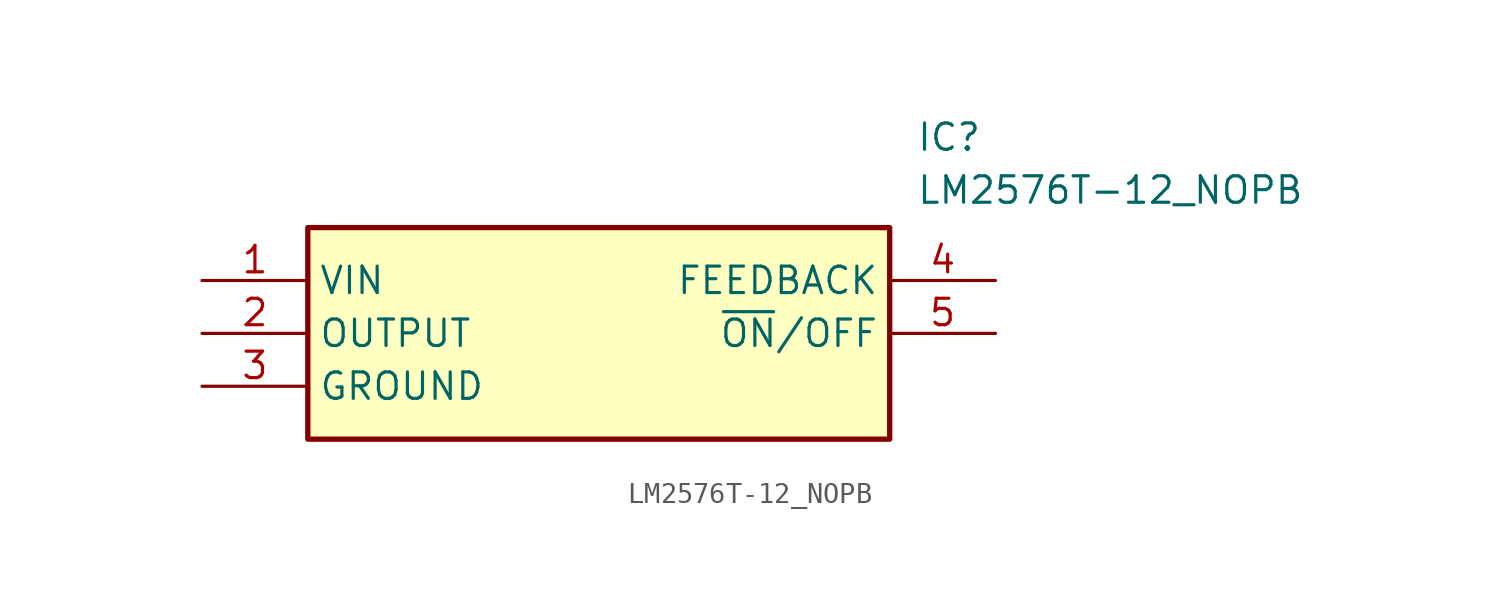
<source format=kicad_sym>
(kicad_symbol_lib
  (version 20211014)
  (generator SamacSys_ECAD_Model)
  (symbol "LM2576T-12_NOPB"
    (property "Reference" "IC"
      (at 34.29 7.62 0)
      (effects (font (size 1.27 1.27)) (justify left top)))
    (property "Value" "LM2576T-12_NOPB"
      (at 34.29 5.08 0)
      (effects (font (size 1.27 1.27)) (justify left top)))
    (rectangle
      (start 5.08 2.54)
      (end 33.02 -7.62)
      (stroke (width 0.254) (type default))
      (fill (type background)))
    (pin passive line
      (at 0 0 0)
      (length 5.08)
      (name "VIN" (effects (font (size 1.27 1.27))))
      (number "1" (effects (font (size 1.27 1.27)))))
    (pin passive line
      (at 0 -2.54 0)
      (length 5.08)
      (name "OUTPUT" (effects (font (size 1.27 1.27))))
      (number "2" (effects (font (size 1.27 1.27)))))
    (pin passive line
      (at 0 -5.08 0)
      (length 5.08)
      (name "GROUND" (effects (font (size 1.27 1.27))))
      (number "3" (effects (font (size 1.27 1.27)))))
    (pin passive line
      (at 38.1 0 180)
      (length 5.08)
      (name "FEEDBACK" (effects (font (size 1.27 1.27))))
      (number "4" (effects (font (size 1.27 1.27)))))
    (pin passive line
      (at 38.1 -2.54 180)
      (length 5.08)
      (name "~{ON}/OFF" (effects (font (size 1.27 1.27))))
      (number "5" (effects (font (size 1.27 1.27)))))))
</source>
